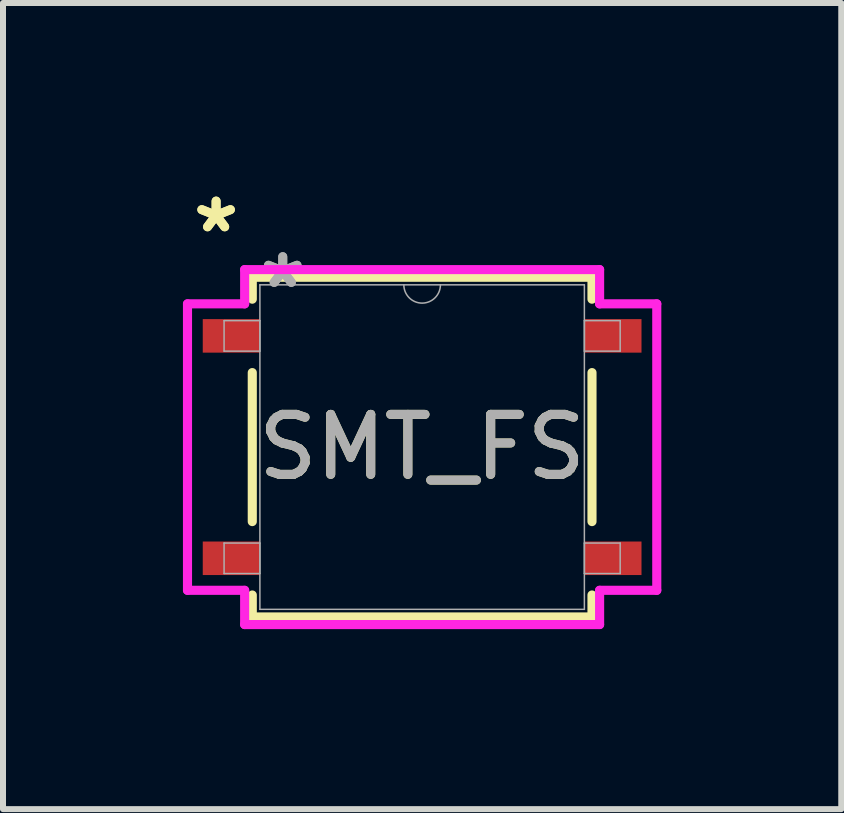
<source format=kicad_pcb>
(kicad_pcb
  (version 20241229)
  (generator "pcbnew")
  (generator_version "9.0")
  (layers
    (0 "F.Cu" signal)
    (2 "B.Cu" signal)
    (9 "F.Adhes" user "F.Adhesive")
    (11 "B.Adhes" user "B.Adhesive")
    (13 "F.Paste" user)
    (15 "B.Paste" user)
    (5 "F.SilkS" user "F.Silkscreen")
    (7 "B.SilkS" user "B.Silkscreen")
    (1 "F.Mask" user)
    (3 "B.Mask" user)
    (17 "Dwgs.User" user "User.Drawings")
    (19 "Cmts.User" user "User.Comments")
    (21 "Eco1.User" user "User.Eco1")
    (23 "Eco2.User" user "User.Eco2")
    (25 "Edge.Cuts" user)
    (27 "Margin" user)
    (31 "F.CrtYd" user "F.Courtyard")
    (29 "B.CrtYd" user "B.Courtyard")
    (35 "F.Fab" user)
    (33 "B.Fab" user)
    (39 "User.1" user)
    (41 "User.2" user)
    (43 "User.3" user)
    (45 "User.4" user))
  (footprint "SMT_FS"
    (layer "F.Cu")
    (at 3.988 4.404)
    (property "Reference" "SMT_FS" (at 0 0 0) (unlocked yes) (layer "F.SilkS") (effects (font (size 1 1) (thickness 0.15))))
    (attr smd)
    (fp_line (start -2.832 -2.832) (end -2.832 -2.466) (stroke (width 0.152) (type solid)) (layer "F.SilkS"))
    (fp_line (start -2.832 -1.242) (end -2.832 1.242) (stroke (width 0.152) (type solid)) (layer "F.SilkS"))
    (fp_line (start -2.832 2.466) (end -2.832 2.832) (stroke (width 0.152) (type solid)) (layer "F.SilkS"))
    (fp_line (start -2.832 2.832) (end 2.832 2.832) (stroke (width 0.152) (type solid)) (layer "F.SilkS"))
    (fp_line (start 2.832 -2.832) (end -2.832 -2.832) (stroke (width 0.152) (type solid)) (layer "F.SilkS"))
    (fp_line (start 2.832 -2.466) (end 2.832 -2.832) (stroke (width 0.152) (type solid)) (layer "F.SilkS"))
    (fp_line (start 2.832 1.242) (end 2.832 -1.242) (stroke (width 0.152) (type solid)) (layer "F.SilkS"))
    (fp_line (start 2.832 2.832) (end 2.832 2.466) (stroke (width 0.152) (type solid)) (layer "F.SilkS"))
    (fp_line (start -3.912 -2.388) (end -2.959 -2.388) (stroke (width 0.152) (type solid)) (layer "F.CrtYd"))
    (fp_line (start -3.912 2.388) (end -3.912 -2.388) (stroke (width 0.152) (type solid)) (layer "F.CrtYd"))
    (fp_line (start -3.912 2.388) (end -2.959 2.388) (stroke (width 0.152) (type solid)) (layer "F.CrtYd"))
    (fp_line (start -2.959 -2.959) (end 2.959 -2.959) (stroke (width 0.152) (type solid)) (layer "F.CrtYd"))
    (fp_line (start -2.959 -2.388) (end -2.959 -2.959) (stroke (width 0.152) (type solid)) (layer "F.CrtYd"))
    (fp_line (start -2.959 2.959) (end -2.959 2.388) (stroke (width 0.152) (type solid)) (layer "F.CrtYd"))
    (fp_line (start 2.959 -2.959) (end 2.959 -2.388) (stroke (width 0.152) (type solid)) (layer "F.CrtYd"))
    (fp_line (start 2.959 2.388) (end 2.959 2.959) (stroke (width 0.152) (type solid)) (layer "F.CrtYd"))
    (fp_line (start 2.959 2.959) (end -2.959 2.959) (stroke (width 0.152) (type solid)) (layer "F.CrtYd"))
    (fp_line (start 3.912 -2.388) (end 2.959 -2.388) (stroke (width 0.152) (type solid)) (layer "F.CrtYd"))
    (fp_line (start 3.912 -2.388) (end 3.912 2.388) (stroke (width 0.152) (type solid)) (layer "F.CrtYd"))
    (fp_line (start 3.912 2.388) (end 2.959 2.388) (stroke (width 0.152) (type solid)) (layer "F.CrtYd"))
    (fp_line (start -3.302 -2.108) (end -3.302 -1.6) (stroke (width 0.025) (type solid)) (layer "F.Fab"))
    (fp_line (start -3.302 -1.6) (end -2.705 -1.6) (stroke (width 0.025) (type solid)) (layer "F.Fab"))
    (fp_line (start -3.302 1.6) (end -3.302 2.108) (stroke (width 0.025) (type solid)) (layer "F.Fab"))
    (fp_line (start -3.302 2.108) (end -2.705 2.108) (stroke (width 0.025) (type solid)) (layer "F.Fab"))
    (fp_line (start -2.705 -2.705) (end -2.705 2.705) (stroke (width 0.025) (type solid)) (layer "F.Fab"))
    (fp_line (start -2.705 -2.108) (end -3.302 -2.108) (stroke (width 0.025) (type solid)) (layer "F.Fab"))
    (fp_line (start -2.705 -1.6) (end -2.705 -2.108) (stroke (width 0.025) (type solid)) (layer "F.Fab"))
    (fp_line (start -2.705 1.6) (end -3.302 1.6) (stroke (width 0.025) (type solid)) (layer "F.Fab"))
    (fp_line (start -2.705 2.108) (end -2.705 1.6) (stroke (width 0.025) (type solid)) (layer "F.Fab"))
    (fp_line (start -2.705 2.705) (end 2.705 2.705) (stroke (width 0.025) (type solid)) (layer "F.Fab"))
    (fp_line (start 2.705 -2.705) (end -2.705 -2.705) (stroke (width 0.025) (type solid)) (layer "F.Fab"))
    (fp_line (start 2.705 -2.108) (end 2.705 -1.6) (stroke (width 0.025) (type solid)) (layer "F.Fab"))
    (fp_line (start 2.705 -1.6) (end 3.302 -1.6) (stroke (width 0.025) (type solid)) (layer "F.Fab"))
    (fp_line (start 2.705 1.6) (end 2.705 2.108) (stroke (width 0.025) (type solid)) (layer "F.Fab"))
    (fp_line (start 2.705 2.108) (end 3.302 2.108) (stroke (width 0.025) (type solid)) (layer "F.Fab"))
    (fp_line (start 2.705 2.705) (end 2.705 -2.705) (stroke (width 0.025) (type solid)) (layer "F.Fab"))
    (fp_line (start 3.302 -2.108) (end 2.705 -2.108) (stroke (width 0.025) (type solid)) (layer "F.Fab"))
    (fp_line (start 3.302 -1.6) (end 3.302 -2.108) (stroke (width 0.025) (type solid)) (layer "F.Fab"))
    (fp_line (start 3.302 1.6) (end 2.705 1.6) (stroke (width 0.025) (type solid)) (layer "F.Fab"))
    (fp_line (start 3.302 2.108) (end 3.302 1.6) (stroke (width 0.025) (type solid)) (layer "F.Fab"))
    (fp_arc (start 0.3048 -2.7051) (mid 0 -2.4003) (end -0.3048 -2.7051) (stroke (width 0.0254) (type solid)) (layer "F.Fab"))
    (fp_text user "*" (at -3.435 -3.556 0) (unlocked yes) (layer "F.SilkS") (effects (font (size 1 1) (thickness 0.15))))
    (fp_text user "*" (at -3.435 -3.556 0) (layer "F.SilkS") (effects (font (size 1 1) (thickness 0.15))))
    (fp_text user "*" (at -2.324 -2.629 0) (layer "F.Fab") (effects (font (size 1 1) (thickness 0.15))))
    (fp_text user "*" (at -2.324 -2.629 0) (unlocked yes) (layer "F.Fab") (effects (font (size 1 1) (thickness 0.15))))
    (fp_text user "${REFERENCE}" (at 0 0 0) (unlocked yes) (layer "F.Fab") (effects (font (size 1 1) (thickness 0.15))))
    (pad "1" smd rect (at -3.181 -1.854) (size 0.953 0.559) (layers "F.Cu" "F.Mask" "F.Paste"))
    (pad "2" smd rect (at 3.181 -1.854) (size 0.953 0.559) (layers "F.Cu" "F.Mask" "F.Paste"))
    (pad "3" smd rect (at -3.181 1.854) (size 0.953 0.559) (layers "F.Cu" "F.Mask" "F.Paste"))
    (pad "4" smd rect (at 3.181 1.854) (size 0.953 0.559) (layers "F.Cu" "F.Mask" "F.Paste")))
  (gr_rect
    (start -3 -3)
    (end 10.976 10.44)
    (stroke (width 0.1) (type default))
    (fill no)
    (layer "Edge.Cuts")))
</source>
